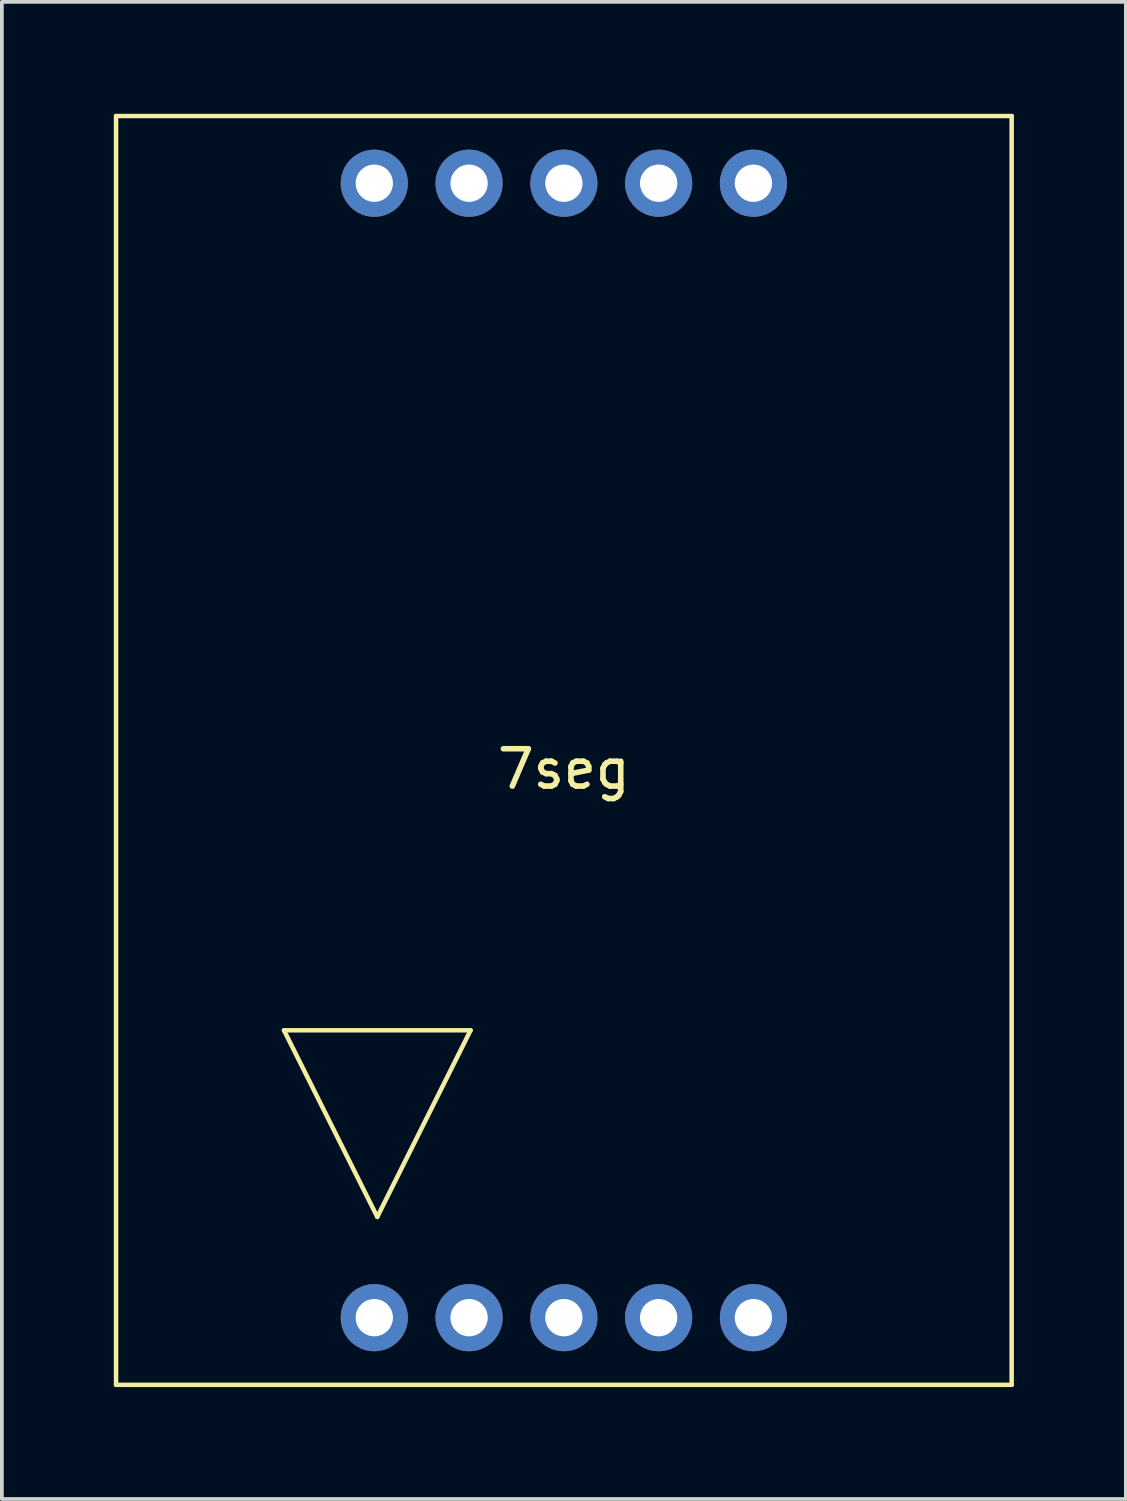
<source format=kicad_pcb>
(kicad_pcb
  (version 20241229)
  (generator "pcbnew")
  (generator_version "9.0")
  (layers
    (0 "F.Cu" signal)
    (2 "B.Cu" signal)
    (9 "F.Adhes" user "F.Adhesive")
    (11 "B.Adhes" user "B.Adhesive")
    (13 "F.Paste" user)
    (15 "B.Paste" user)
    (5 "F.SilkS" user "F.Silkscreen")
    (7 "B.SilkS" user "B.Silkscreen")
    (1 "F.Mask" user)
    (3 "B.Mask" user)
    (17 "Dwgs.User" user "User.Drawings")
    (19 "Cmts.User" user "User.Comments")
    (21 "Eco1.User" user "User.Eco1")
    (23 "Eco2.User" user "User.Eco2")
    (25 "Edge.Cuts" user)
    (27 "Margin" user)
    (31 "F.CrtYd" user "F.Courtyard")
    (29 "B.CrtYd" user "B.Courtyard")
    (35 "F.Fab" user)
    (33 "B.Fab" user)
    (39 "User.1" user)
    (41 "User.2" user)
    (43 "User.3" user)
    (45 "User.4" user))
  (footprint "7seg"
    (layer "F.Cu")
    (at 12.06 17.06)
    (property "Reference" "7seg" (at 0 0.5 0) (layer "F.SilkS") (effects (font (size 1 1) (thickness 0.15))))
    (attr through_hole)
    (fp_line (start -12 -17) (end 12 -17) (stroke (width 0.12) (type solid)) (layer "F.SilkS"))
    (fp_line (start -12 17) (end -12 -17) (stroke (width 0.12) (type solid)) (layer "F.SilkS"))
    (fp_line (start -7.5 7.5) (end -2.5 7.5) (stroke (width 0.12) (type solid)) (layer "F.SilkS"))
    (fp_line (start -5 12.5) (end -7.5 7.5) (stroke (width 0.12) (type solid)) (layer "F.SilkS"))
    (fp_line (start -2.5 7.5) (end -5 12.5) (stroke (width 0.12) (type solid)) (layer "F.SilkS"))
    (fp_line (start 12 -17) (end 12 17) (stroke (width 0.12) (type solid)) (layer "F.SilkS"))
    (fp_line (start 12 17) (end -12 17) (stroke (width 0.12) (type solid)) (layer "F.SilkS"))
    (pad "1" thru_hole circle (at -5.08 15.2) (size 1.8 1.8) (drill 1) (layers "*.Cu" "*.Mask"))
    (pad "2" thru_hole circle (at -2.54 15.2) (size 1.8 1.8) (drill 1) (layers "*.Cu" "*.Mask"))
    (pad "3" thru_hole circle (at 0 15.2) (size 1.8 1.8) (drill 1) (layers "*.Cu" "*.Mask"))
    (pad "4" thru_hole circle (at 2.54 15.2) (size 1.8 1.8) (drill 1) (layers "*.Cu" "*.Mask"))
    (pad "5" thru_hole circle (at 5.08 15.2) (size 1.8 1.8) (drill 1) (layers "*.Cu" "*.Mask"))
    (pad "6" thru_hole circle (at 5.08 -15.2) (size 1.8 1.8) (drill 1) (layers "*.Cu" "*.Mask"))
    (pad "7" thru_hole circle (at 2.54 -15.2) (size 1.8 1.8) (drill 1) (layers "*.Cu" "*.Mask"))
    (pad "8" thru_hole circle (at 0 -15.2) (size 1.8 1.8) (drill 1) (layers "*.Cu" "*.Mask"))
    (pad "9" thru_hole circle (at -2.54 -15.2) (size 1.8 1.8) (drill 1) (layers "*.Cu" "*.Mask"))
    (pad "10" thru_hole circle (at -5.08 -15.2) (size 1.8 1.8) (drill 1) (layers "*.Cu" "*.Mask")))
  (gr_rect
    (start -3 -3)
    (end 27.12 37.12)
    (stroke (width 0.1) (type default))
    (fill no)
    (layer "Edge.Cuts")))
</source>
